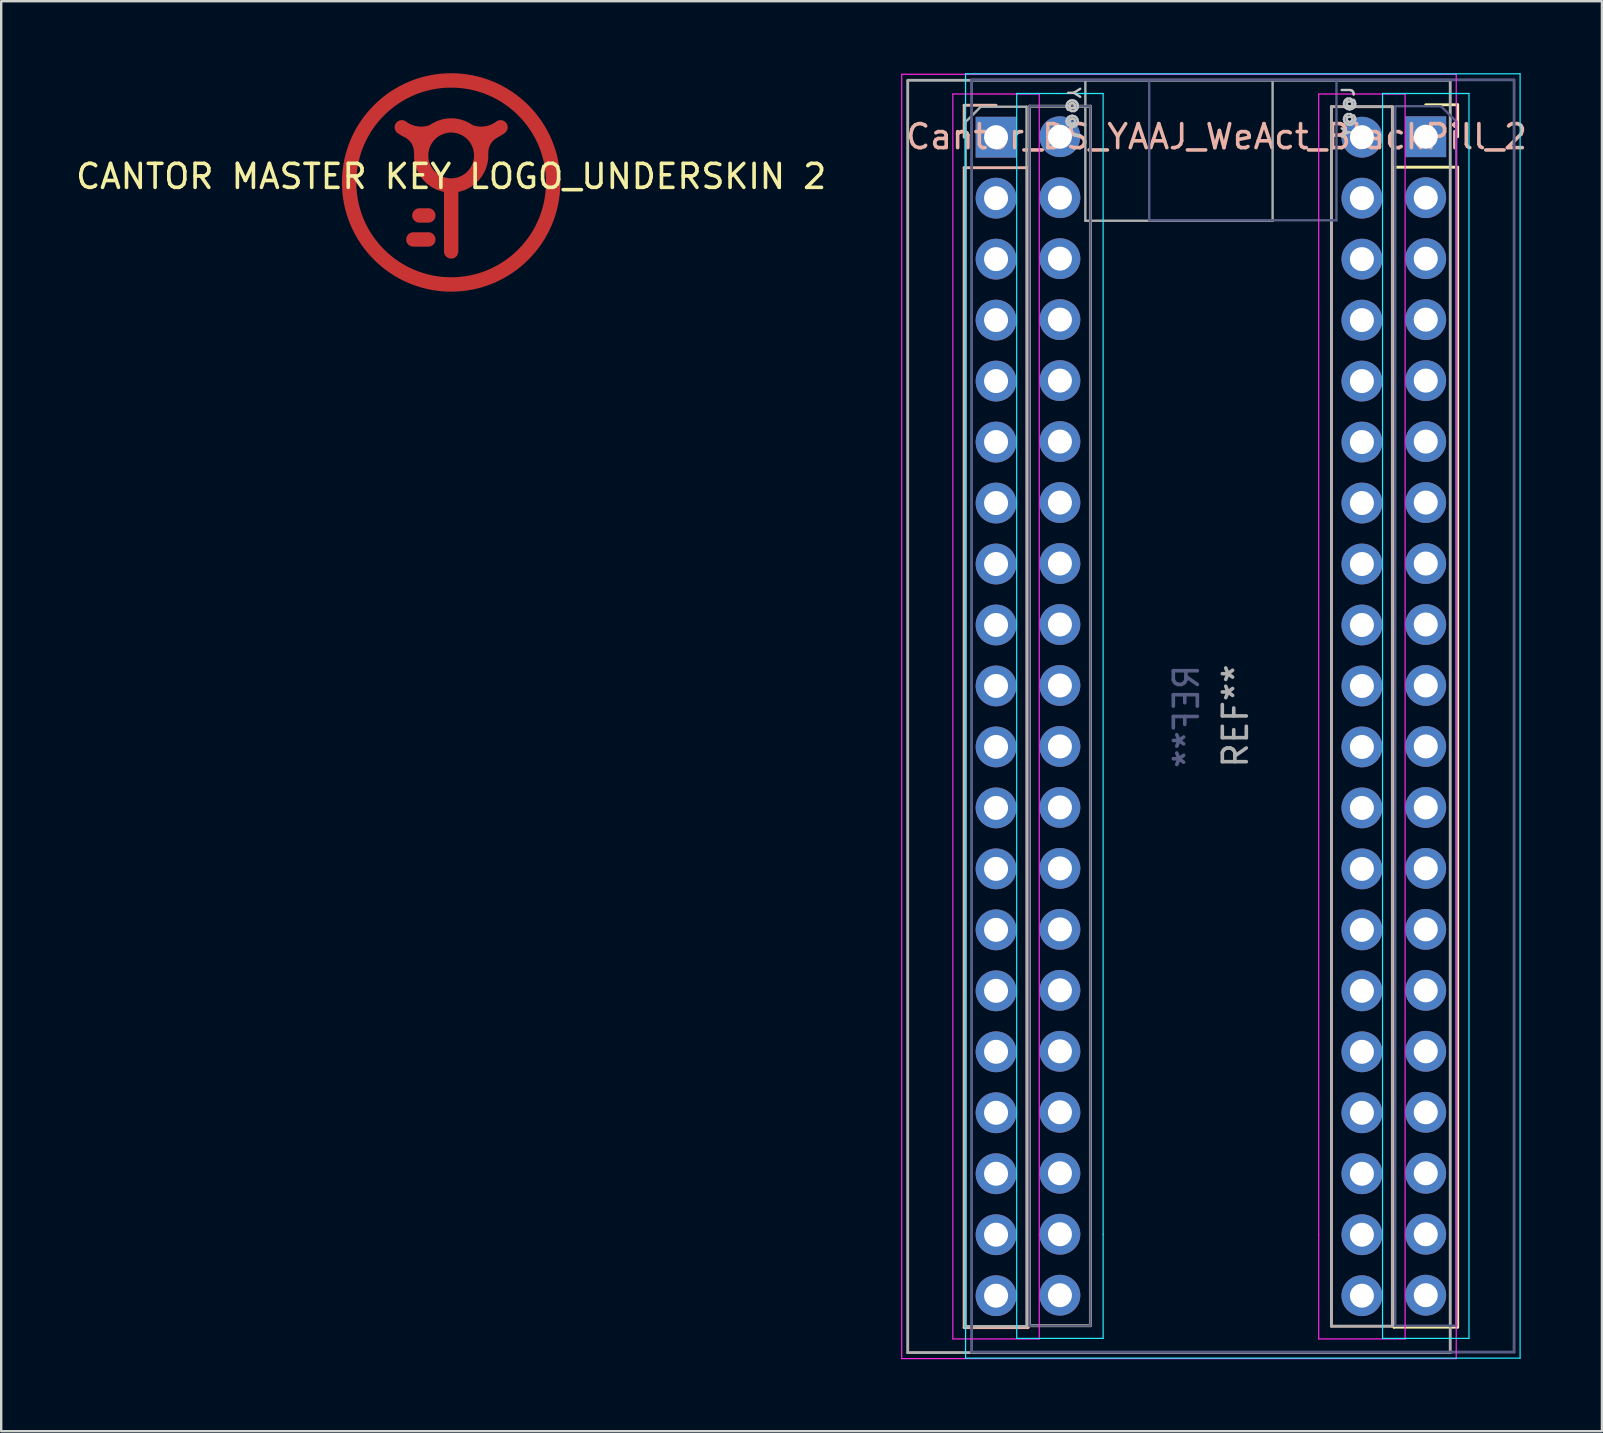
<source format=kicad_pcb>
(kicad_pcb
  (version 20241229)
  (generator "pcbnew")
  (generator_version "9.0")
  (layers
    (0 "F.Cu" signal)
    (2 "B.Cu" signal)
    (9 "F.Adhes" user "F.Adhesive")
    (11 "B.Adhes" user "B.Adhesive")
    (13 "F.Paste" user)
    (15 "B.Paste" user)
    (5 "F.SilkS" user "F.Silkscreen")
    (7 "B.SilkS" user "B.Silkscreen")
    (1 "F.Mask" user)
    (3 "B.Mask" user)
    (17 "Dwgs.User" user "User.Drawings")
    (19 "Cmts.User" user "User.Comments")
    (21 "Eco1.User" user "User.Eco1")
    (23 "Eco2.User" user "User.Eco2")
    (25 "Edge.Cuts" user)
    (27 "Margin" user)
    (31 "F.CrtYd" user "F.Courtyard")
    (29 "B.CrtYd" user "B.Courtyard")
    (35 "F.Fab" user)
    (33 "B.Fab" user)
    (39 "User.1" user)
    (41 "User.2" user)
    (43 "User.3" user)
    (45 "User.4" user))
  (footprint "CANTOR MASTER KEY LOGO_UNDERSKIN 2"
    (layer "F.Cu")
    (at 15.744 4.8)
    (property "Reference" "CANTOR MASTER KEY LOGO_UNDERSKIN 2" (at 0 -0.5 0) (unlocked yes) (layer "F.SilkS") (effects (font (size 1 1) (thickness 0.15))))
    (attr smd)
    (fp_line (start -0.95 1.125) (end -1.325 1.125) (stroke (width 0.6) (type default)) (layer "F.Cu"))
    (fp_line (start -0.95 2.125) (end -1.575 2.125) (stroke (width 0.6) (type default)) (layer "F.Cu"))
    (fp_circle (center 0 -0.25) (end 4.25 -0.25) (stroke (width 0.6) (type default)) (fill no) (layer "F.Cu"))
    (pad "" smd custom (at 0 -2.625) (size 0.6 0.6) (layers "F.Cu") (options (anchor circle)) (primitives (gr_poly (pts (xy 0.3 0) (xy 0.282 -0.103) (xy 0.23 -0.193) (xy 0.15 -0.26) (xy 0.052 -0.295) (xy -0.052 -0.295) (xy -0.15 -0.26) (xy -0.23 -0.193) (xy -0.282 -0.103) (xy -0.3 0) (xy -0.282 0.103) (xy -0.23 0.193) (xy -0.15 0.26) (xy -0.052 0.295) (xy 0.052 0.295) (xy 0.15 0.26) (xy 0.23 0.193) (xy 0.282 0.103) (xy 0.3 0)) (width 0) (fill yes)) (gr_circle (center 0 1.25) (end 1.25 1.25) (width 0.6) (fill no)) (gr_line (start 0 2.5) (end 0 5.25) (width 0.6)) (gr_arc (start -1.802786 0.225573) (mid -1.399349 0.594269) (end -1.249999 1.12) (width 0.6)) (gr_arc (start 1.250001 1.13) (mid 1.39935 0.604269) (end 1.802787 0.235574) (width 0.6)) (gr_arc (start -0.75 0.25) (mid -1.426524 0.334668) (end -2.057775 0.077033) (width 0.6)) (gr_arc (start 2.057775 0.077033) (mid 1.426524 0.334668) (end 0.75 0.25) (width 0.6)))))
  (footprint "Cantor_DS_YAAJ_WeAct_BlackPill_2"
    (layer "F.Cu")
    (at 38.563 2.645)
    (property "Reference" "Cantor_DS_YAAJ_WeAct_BlackPill_2" (at 9.065 0 0) (layer "B.SilkS") (effects (font (size 1 1) (thickness 0.15))))
    (attr through_hole)
    (fp_line (start 1.27 49.53) (end 3.81 49.53) (stroke (width 0.12) (type solid)) (layer "F.Mask"))
    (fp_line (start 1.27 -1.27) (end 1.27 49.53) (stroke (width 0.12) (type solid)) (layer "F.SilkS"))
    (fp_line (start 3.81 -1.27) (end 1.27 -1.27) (stroke (width 0.12) (type solid)) (layer "F.SilkS"))
    (fp_line (start 3.81 49.53) (end 1.27 49.53) (stroke (width 0.12) (type solid)) (layer "F.SilkS"))
    (fp_line (start 3.81 49.53) (end 3.81 -1.27) (stroke (width 0.12) (type solid)) (layer "F.SilkS"))
    (fp_line (start 16.45 1.27) (end 16.45 49.59) (stroke (width 0.12) (type solid)) (layer "F.SilkS"))
    (fp_line (start 16.45 49.59) (end 19.11 49.59) (stroke (width 0.12) (type solid)) (layer "F.SilkS"))
    (fp_line (start 19.11 -1.33) (end 17.78 -1.33) (stroke (width 0.12) (type solid)) (layer "F.SilkS"))
    (fp_line (start 19.11 0) (end 19.11 -1.33) (stroke (width 0.12) (type solid)) (layer "F.SilkS"))
    (fp_line (start 19.11 1.27) (end 16.45 1.27) (stroke (width 0.12) (type solid)) (layer "F.SilkS"))
    (fp_line (start 19.11 49.59) (end 19.11 1.27) (stroke (width 0.12) (type solid)) (layer "F.SilkS"))
    (fp_line (start -1.45 -1.31) (end -0.12 -1.31) (stroke (width 0.12) (type solid)) (layer "B.SilkS"))
    (fp_line (start -1.45 0.02) (end -1.45 -1.31) (stroke (width 0.12) (type solid)) (layer "B.SilkS"))
    (fp_line (start -1.45 1.29) (end 1.21 1.29) (stroke (width 0.12) (type solid)) (layer "B.SilkS"))
    (fp_line (start -1.45 49.61) (end -1.45 1.29) (stroke (width 0.12) (type solid)) (layer "B.SilkS"))
    (fp_line (start 1.21 1.29) (end 1.21 49.61) (stroke (width 0.12) (type solid)) (layer "B.SilkS"))
    (fp_line (start 1.21 49.61) (end -1.45 49.61) (stroke (width 0.12) (type solid)) (layer "B.SilkS"))
    (fp_line (start 13.85 -1.25) (end 16.39 -1.25) (stroke (width 0.12) (type solid)) (layer "B.SilkS"))
    (fp_line (start 13.85 49.55) (end 13.85 -1.25) (stroke (width 0.12) (type solid)) (layer "B.SilkS"))
    (fp_line (start 16.39 -1.25) (end 16.39 49.55) (stroke (width 0.12) (type solid)) (layer "B.SilkS"))
    (fp_line (start 16.39 49.55) (end 13.85 49.55) (stroke (width 0.12) (type solid)) (layer "B.SilkS"))
    (fp_line (start -1.39 -2.62) (end -1.39 50.88) (stroke (width 0.05) (type solid)) (layer "B.CrtYd"))
    (fp_line (start -1.39 50.88) (end 21.71 50.88) (stroke (width 0.05) (type solid)) (layer "B.CrtYd"))
    (fp_line (start 0.74 -1.8) (end 0.74 50.06) (stroke (width 0.05) (type solid)) (layer "B.CrtYd"))
    (fp_line (start 0.74 50.06) (end 4.34 50.06) (stroke (width 0.05) (type solid)) (layer "B.CrtYd"))
    (fp_line (start 4.34 -1.8) (end 0.74 -1.8) (stroke (width 0.05) (type solid)) (layer "B.CrtYd"))
    (fp_line (start 4.34 -1.8) (end 4.34 45.72) (stroke (width 0.05) (type solid)) (layer "B.CrtYd"))
    (fp_line (start 4.34 45.72) (end 4.34 50.06) (stroke (width 0.05) (type solid)) (layer "B.CrtYd"))
    (fp_line (start 15.98 -1.8) (end 15.98 45.72) (stroke (width 0.05) (type solid)) (layer "B.CrtYd"))
    (fp_line (start 15.98 -1.8) (end 19.58 -1.8) (stroke (width 0.05) (type solid)) (layer "B.CrtYd"))
    (fp_line (start 15.98 45.72) (end 15.98 50.06) (stroke (width 0.05) (type solid)) (layer "B.CrtYd"))
    (fp_line (start 19.58 -1.8) (end 19.58 50.06) (stroke (width 0.05) (type solid)) (layer "B.CrtYd"))
    (fp_line (start 19.58 50.06) (end 15.98 50.06) (stroke (width 0.05) (type solid)) (layer "B.CrtYd"))
    (fp_line (start 21.71 -2.62) (end -1.39 -2.62) (stroke (width 0.05) (type solid)) (layer "B.CrtYd"))
    (fp_line (start 21.71 50.88) (end 21.71 -2.62) (stroke (width 0.05) (type solid)) (layer "B.CrtYd"))
    (fp_line (start -4.05 -2.6) (end 19.05 -2.6) (stroke (width 0.05) (type solid)) (layer "F.CrtYd"))
    (fp_line (start -4.05 50.9) (end -4.05 -2.6) (stroke (width 0.05) (type solid)) (layer "F.CrtYd"))
    (fp_line (start -1.92 -1.78) (end -1.92 50.08) (stroke (width 0.05) (type solid)) (layer "F.CrtYd"))
    (fp_line (start -1.92 50.08) (end 1.68 50.08) (stroke (width 0.05) (type solid)) (layer "F.CrtYd"))
    (fp_line (start 1.68 -1.78) (end -1.92 -1.78) (stroke (width 0.05) (type solid)) (layer "F.CrtYd"))
    (fp_line (start 1.68 -1.78) (end 1.68 45.74) (stroke (width 0.05) (type solid)) (layer "F.CrtYd"))
    (fp_line (start 1.68 45.74) (end 1.68 50.08) (stroke (width 0.05) (type solid)) (layer "F.CrtYd"))
    (fp_line (start 13.32 -1.78) (end 13.32 45.74) (stroke (width 0.05) (type solid)) (layer "F.CrtYd"))
    (fp_line (start 13.32 -1.78) (end 16.92 -1.78) (stroke (width 0.05) (type solid)) (layer "F.CrtYd"))
    (fp_line (start 13.32 45.74) (end 13.32 50.08) (stroke (width 0.05) (type solid)) (layer "F.CrtYd"))
    (fp_line (start 16.92 -1.78) (end 16.92 50.08) (stroke (width 0.05) (type solid)) (layer "F.CrtYd"))
    (fp_line (start 16.92 50.08) (end 13.32 50.08) (stroke (width 0.05) (type solid)) (layer "F.CrtYd"))
    (fp_line (start 19.05 -2.6) (end 19.05 50.9) (stroke (width 0.05) (type solid)) (layer "F.CrtYd"))
    (fp_line (start 19.05 50.9) (end -4.05 50.9) (stroke (width 0.05) (type solid)) (layer "F.CrtYd"))
    (fp_line (start -1.14 -2.37) (end -1.14 50.63) (stroke (width 0.12) (type solid)) (layer "B.Fab"))
    (fp_line (start 1.27 -1.27) (end 1.27 49.53) (stroke (width 0.1) (type solid)) (layer "B.Fab"))
    (fp_line (start 1.27 49.53) (end 3.81 49.53) (stroke (width 0.1) (type solid)) (layer "B.Fab"))
    (fp_line (start 3.81 -1.27) (end 1.27 -1.27) (stroke (width 0.1) (type solid)) (layer "B.Fab"))
    (fp_line (start 3.81 49.53) (end 3.81 -1.27) (stroke (width 0.1) (type solid)) (layer "B.Fab"))
    (fp_line (start 6.26 3.48) (end 6.26 -2.32) (stroke (width 0.1) (type solid)) (layer "B.Fab"))
    (fp_line (start 14.06 3.48) (end 6.26 3.48) (stroke (width 0.1) (type solid)) (layer "B.Fab"))
    (fp_line (start 14.06 3.48) (end 14.06 -2.32) (stroke (width 0.1) (type solid)) (layer "B.Fab"))
    (fp_line (start 16.51 -1.27) (end 16.51 49.53) (stroke (width 0.1) (type solid)) (layer "B.Fab"))
    (fp_line (start 16.51 49.53) (end 19.05 49.53) (stroke (width 0.1) (type solid)) (layer "B.Fab"))
    (fp_line (start 18.415 -1.27) (end 16.51 -1.27) (stroke (width 0.1) (type solid)) (layer "B.Fab"))
    (fp_line (start 19.05 -0.635) (end 18.415 -1.27) (stroke (width 0.1) (type solid)) (layer "B.Fab"))
    (fp_line (start 19.05 49.53) (end 19.05 -0.635) (stroke (width 0.1) (type solid)) (layer "B.Fab"))
    (fp_line (start 21.46 -2.37) (end -1.14 -2.37) (stroke (width 0.12) (type solid)) (layer "B.Fab"))
    (fp_line (start 21.46 50.63) (end -1.14 50.63) (stroke (width 0.12) (type solid)) (layer "B.Fab"))
    (fp_line (start 21.46 50.63) (end 21.46 -2.32) (stroke (width 0.12) (type solid)) (layer "B.Fab"))
    (fp_line (start -3.8 -2.35) (end 18.8 -2.35) (stroke (width 0.12) (type solid)) (layer "F.Fab"))
    (fp_line (start -3.8 50.65) (end -3.8 -2.3) (stroke (width 0.12) (type solid)) (layer "F.Fab"))
    (fp_line (start -3.8 50.65) (end 18.8 50.65) (stroke (width 0.12) (type solid)) (layer "F.Fab"))
    (fp_line (start -1.39 -0.615) (end -0.755 -1.25) (stroke (width 0.1) (type solid)) (layer "F.Fab"))
    (fp_line (start -1.39 49.55) (end -1.39 -0.615) (stroke (width 0.1) (type solid)) (layer "F.Fab"))
    (fp_line (start -0.755 -1.25) (end 1.15 -1.25) (stroke (width 0.1) (type solid)) (layer "F.Fab"))
    (fp_line (start 1.15 -1.25) (end 1.15 49.55) (stroke (width 0.1) (type solid)) (layer "F.Fab"))
    (fp_line (start 1.15 49.55) (end -1.39 49.55) (stroke (width 0.1) (type solid)) (layer "F.Fab"))
    (fp_line (start 3.6 3.5) (end 3.6 -2.3) (stroke (width 0.1) (type solid)) (layer "F.Fab"))
    (fp_line (start 3.6 3.5) (end 11.4 3.5) (stroke (width 0.1) (type solid)) (layer "F.Fab"))
    (fp_line (start 11.4 3.5) (end 11.4 -2.3) (stroke (width 0.1) (type solid)) (layer "F.Fab"))
    (fp_line (start 13.85 -1.25) (end 16.39 -1.25) (stroke (width 0.1) (type solid)) (layer "F.Fab"))
    (fp_line (start 13.85 49.55) (end 13.85 -1.25) (stroke (width 0.1) (type solid)) (layer "F.Fab"))
    (fp_line (start 16.39 -1.25) (end 16.39 49.55) (stroke (width 0.1) (type solid)) (layer "F.Fab"))
    (fp_line (start 16.39 49.55) (end 13.85 49.55) (stroke (width 0.1) (type solid)) (layer "F.Fab"))
    (fp_line (start 18.8 -2.35) (end 18.8 50.65) (stroke (width 0.12) (type solid)) (layer "F.Fab"))
    (fp_text user "Y@@J" (at 3.111 -0.996 270) (unlocked yes) (layer "Dwgs.User") (effects (font (size 0.5 0.5) (thickness 0.1))))
    (fp_text user "Y@@J" (at 14.549 -1.016 90) (unlocked yes) (layer "Dwgs.User") (effects (font (size 0.5 0.5) (thickness 0.1))))
    (fp_text user "REF**" (at 7.81 24.15 270) (layer "B.Fab") (effects (font (size 1 1) (thickness 0.15)) (justify mirror)))
    (fp_text user "REF**" (at 9.85 24.13 90) (layer "F.Fab") (effects (font (size 1 1) (thickness 0.15))))
    (pad "1" thru_hole rect (at -0.12 0.02) (size 1.7 1.7) (drill 1) (layers "*.Cu" "F.Mask"))
    (pad "1" thru_hole rect (at 17.78 0) (size 1.7 1.7) (drill 1) (layers "*.Cu" "B.Mask"))
    (pad "2" thru_hole circle (at -0.12 2.56) (size 1.7 1.7) (drill 1) (layers "*.Cu" "F.Mask"))
    (pad "2" thru_hole circle (at 17.78 2.54) (size 1.7 1.7) (drill 1) (layers "*.Cu" "B.Mask"))
    (pad "3" thru_hole circle (at -0.12 5.1) (size 1.7 1.7) (drill 1) (layers "*.Cu" "F.Mask"))
    (pad "3" thru_hole circle (at 17.78 5.08) (size 1.7 1.7) (drill 1) (layers "*.Cu" "B.Mask"))
    (pad "4" thru_hole circle (at -0.12 7.64) (size 1.7 1.7) (drill 1) (layers "*.Cu" "F.Mask"))
    (pad "4" thru_hole circle (at 17.78 7.62) (size 1.7 1.7) (drill 1) (layers "*.Cu" "B.Mask"))
    (pad "5" thru_hole circle (at -0.12 10.18) (size 1.7 1.7) (drill 1) (layers "*.Cu" "F.Mask"))
    (pad "5" thru_hole circle (at 17.78 10.16) (size 1.7 1.7) (drill 1) (layers "*.Cu" "B.Mask"))
    (pad "6" thru_hole circle (at -0.12 12.72) (size 1.7 1.7) (drill 1) (layers "*.Cu" "F.Mask"))
    (pad "6" thru_hole circle (at 17.78 12.7) (size 1.7 1.7) (drill 1) (layers "*.Cu" "B.Mask"))
    (pad "7" thru_hole circle (at -0.12 15.26) (size 1.7 1.7) (drill 1) (layers "*.Cu" "F.Mask"))
    (pad "7" thru_hole circle (at 17.78 15.24) (size 1.7 1.7) (drill 1) (layers "*.Cu" "B.Mask"))
    (pad "8" thru_hole circle (at -0.12 17.8) (size 1.7 1.7) (drill 1) (layers "*.Cu" "F.Mask"))
    (pad "8" thru_hole circle (at 17.78 17.78) (size 1.7 1.7) (drill 1) (layers "*.Cu" "B.Mask"))
    (pad "9" thru_hole circle (at -0.12 20.34) (size 1.7 1.7) (drill 1) (layers "*.Cu" "F.Mask"))
    (pad "9" thru_hole circle (at 17.78 20.32) (size 1.7 1.7) (drill 1) (layers "*.Cu" "B.Mask"))
    (pad "10" thru_hole circle (at -0.12 22.88) (size 1.7 1.7) (drill 1) (layers "*.Cu" "F.Mask"))
    (pad "10" thru_hole circle (at 17.78 22.86) (size 1.7 1.7) (drill 1) (layers "*.Cu" "B.Mask"))
    (pad "11" thru_hole circle (at -0.12 25.42) (size 1.7 1.7) (drill 1) (layers "*.Cu" "F.Mask"))
    (pad "11" thru_hole circle (at 17.78 25.4) (size 1.7 1.7) (drill 1) (layers "*.Cu" "B.Mask"))
    (pad "12" thru_hole circle (at -0.12 27.96) (size 1.7 1.7) (drill 1) (layers "*.Cu" "F.Mask"))
    (pad "12" thru_hole circle (at 17.78 27.94) (size 1.7 1.7) (drill 1) (layers "*.Cu" "B.Mask"))
    (pad "13" thru_hole circle (at -0.12 30.5) (size 1.7 1.7) (drill 1) (layers "*.Cu" "F.Mask"))
    (pad "13" thru_hole circle (at 17.78 30.48) (size 1.7 1.7) (drill 1) (layers "*.Cu" "B.Mask"))
    (pad "14" thru_hole circle (at -0.12 33.04) (size 1.7 1.7) (drill 1) (layers "*.Cu" "F.Mask"))
    (pad "14" thru_hole circle (at 17.78 33.02) (size 1.7 1.7) (drill 1) (layers "*.Cu" "B.Mask"))
    (pad "15" thru_hole circle (at -0.12 35.58) (size 1.7 1.7) (drill 1) (layers "*.Cu" "F.Mask"))
    (pad "15" thru_hole circle (at 17.78 35.56) (size 1.7 1.7) (drill 1) (layers "*.Cu" "B.Mask"))
    (pad "16" thru_hole circle (at -0.12 38.12) (size 1.7 1.7) (drill 1) (layers "*.Cu" "F.Mask"))
    (pad "16" thru_hole circle (at 17.78 38.1) (size 1.7 1.7) (drill 1) (layers "*.Cu" "B.Mask"))
    (pad "17" thru_hole circle (at -0.12 40.66) (size 1.7 1.7) (drill 1) (layers "*.Cu" "F.Mask"))
    (pad "17" thru_hole circle (at 17.78 40.64) (size 1.7 1.7) (drill 1) (layers "*.Cu" "B.Mask"))
    (pad "18" thru_hole circle (at -0.12 43.2) (size 1.7 1.7) (drill 1) (layers "*.Cu" "F.Mask"))
    (pad "18" thru_hole circle (at 17.78 43.18) (size 1.7 1.7) (drill 1) (layers "*.Cu" "B.Mask"))
    (pad "19" thru_hole circle (at -0.12 45.74) (size 1.7 1.7) (drill 1) (layers "*.Cu" "F.Mask"))
    (pad "19" thru_hole circle (at 17.78 45.72) (size 1.7 1.7) (drill 1) (layers "*.Cu" "B.Mask"))
    (pad "20" thru_hole circle (at -0.12 48.28) (size 1.7 1.7) (drill 1) (layers "*.Cu" "F.Mask"))
    (pad "20" thru_hole circle (at 17.78 48.26) (size 1.7 1.7) (drill 1) (layers "*.Cu" "B.Mask"))
    (pad "21" thru_hole circle (at 2.54 48.26) (size 1.7 1.7) (drill 1) (layers "*.Cu" "B.Mask"))
    (pad "21" thru_hole circle (at 15.12 48.28) (size 1.7 1.7) (drill 1) (layers "*.Cu" "F.Mask"))
    (pad "22" thru_hole circle (at 2.54 45.72) (size 1.7 1.7) (drill 1) (layers "*.Cu" "B.Mask"))
    (pad "22" thru_hole circle (at 15.12 45.74) (size 1.7 1.7) (drill 1) (layers "*.Cu" "F.Mask"))
    (pad "23" thru_hole circle (at 2.54 43.18) (size 1.7 1.7) (drill 1) (layers "*.Cu" "B.Mask"))
    (pad "23" thru_hole circle (at 15.12 43.2) (size 1.7 1.7) (drill 1) (layers "*.Cu" "F.Mask"))
    (pad "24" thru_hole circle (at 2.54 40.64) (size 1.7 1.7) (drill 1) (layers "*.Cu" "B.Mask"))
    (pad "24" thru_hole circle (at 15.12 40.66) (size 1.7 1.7) (drill 1) (layers "*.Cu" "F.Mask"))
    (pad "25" thru_hole circle (at 2.54 38.1) (size 1.7 1.7) (drill 1) (layers "*.Cu" "B.Mask"))
    (pad "25" thru_hole circle (at 15.12 38.12) (size 1.7 1.7) (drill 1) (layers "*.Cu" "F.Mask"))
    (pad "26" thru_hole circle (at 2.54 35.56) (size 1.7 1.7) (drill 1) (layers "*.Cu" "B.Mask"))
    (pad "26" thru_hole circle (at 15.12 35.58) (size 1.7 1.7) (drill 1) (layers "*.Cu" "F.Mask"))
    (pad "27" thru_hole circle (at 2.54 33.02) (size 1.7 1.7) (drill 1) (layers "*.Cu" "B.Mask"))
    (pad "27" thru_hole circle (at 15.12 33.04) (size 1.7 1.7) (drill 1) (layers "*.Cu" "F.Mask"))
    (pad "28" thru_hole circle (at 2.54 30.48) (size 1.7 1.7) (drill 1) (layers "*.Cu" "B.Mask"))
    (pad "28" thru_hole circle (at 15.12 30.5) (size 1.7 1.7) (drill 1) (layers "*.Cu" "F.Mask"))
    (pad "29" thru_hole circle (at 2.54 27.94) (size 1.7 1.7) (drill 1) (layers "*.Cu" "B.Mask"))
    (pad "29" thru_hole circle (at 15.12 27.96) (size 1.7 1.7) (drill 1) (layers "*.Cu" "F.Mask"))
    (pad "30" thru_hole circle (at 2.54 25.4) (size 1.7 1.7) (drill 1) (layers "*.Cu" "B.Mask"))
    (pad "30" thru_hole circle (at 15.12 25.42) (size 1.7 1.7) (drill 1) (layers "*.Cu" "F.Mask"))
    (pad "31" thru_hole circle (at 2.54 22.86) (size 1.7 1.7) (drill 1) (layers "*.Cu" "B.Mask"))
    (pad "31" thru_hole circle (at 15.12 22.88) (size 1.7 1.7) (drill 1) (layers "*.Cu" "F.Mask"))
    (pad "32" thru_hole circle (at 2.54 20.32) (size 1.7 1.7) (drill 1) (layers "*.Cu" "B.Mask"))
    (pad "32" thru_hole circle (at 15.12 20.34) (size 1.7 1.7) (drill 1) (layers "*.Cu" "F.Mask"))
    (pad "33" thru_hole circle (at 2.54 17.78) (size 1.7 1.7) (drill 1) (layers "*.Cu" "B.Mask"))
    (pad "33" thru_hole circle (at 15.12 17.8) (size 1.7 1.7) (drill 1) (layers "*.Cu" "F.Mask"))
    (pad "34" thru_hole circle (at 2.54 15.24) (size 1.7 1.7) (drill 1) (layers "*.Cu" "B.Mask"))
    (pad "34" thru_hole circle (at 15.12 15.26) (size 1.7 1.7) (drill 1) (layers "*.Cu" "F.Mask"))
    (pad "35" thru_hole circle (at 2.54 12.7) (size 1.7 1.7) (drill 1) (layers "*.Cu" "B.Mask"))
    (pad "35" thru_hole circle (at 15.12 12.72) (size 1.7 1.7) (drill 1) (layers "*.Cu" "F.Mask"))
    (pad "36" thru_hole circle (at 2.54 10.16) (size 1.7 1.7) (drill 1) (layers "*.Cu" "B.Mask"))
    (pad "36" thru_hole circle (at 15.12 10.18) (size 1.7 1.7) (drill 1) (layers "*.Cu" "F.Mask"))
    (pad "37" thru_hole circle (at 2.54 7.62) (size 1.7 1.7) (drill 1) (layers "*.Cu" "B.Mask"))
    (pad "37" thru_hole circle (at 15.12 7.64) (size 1.7 1.7) (drill 1) (layers "*.Cu" "F.Mask"))
    (pad "38" thru_hole circle (at 2.54 5.08) (size 1.7 1.7) (drill 1) (layers "*.Cu" "B.Mask"))
    (pad "38" thru_hole circle (at 15.12 5.1) (size 1.7 1.7) (drill 1) (layers "*.Cu" "F.Mask"))
    (pad "39" thru_hole circle (at 2.54 2.54) (size 1.7 1.7) (drill 1) (layers "*.Cu" "B.Mask"))
    (pad "39" thru_hole circle (at 15.12 2.56) (size 1.7 1.7) (drill 1) (layers "*.Cu" "F.Mask"))
    (pad "40" thru_hole circle (at 2.54 0) (size 1.7 1.7) (drill 1) (layers "*.Cu" "B.Mask"))
    (pad "40" thru_hole circle (at 15.12 0.02) (size 1.7 1.7) (drill 1) (layers "*.Cu" "F.Mask")))
  (gr_rect
    (start -3 -3)
    (end 63.682 56.57)
    (stroke (width 0.1) (type default))
    (fill no)
    (layer "Edge.Cuts")))
</source>
